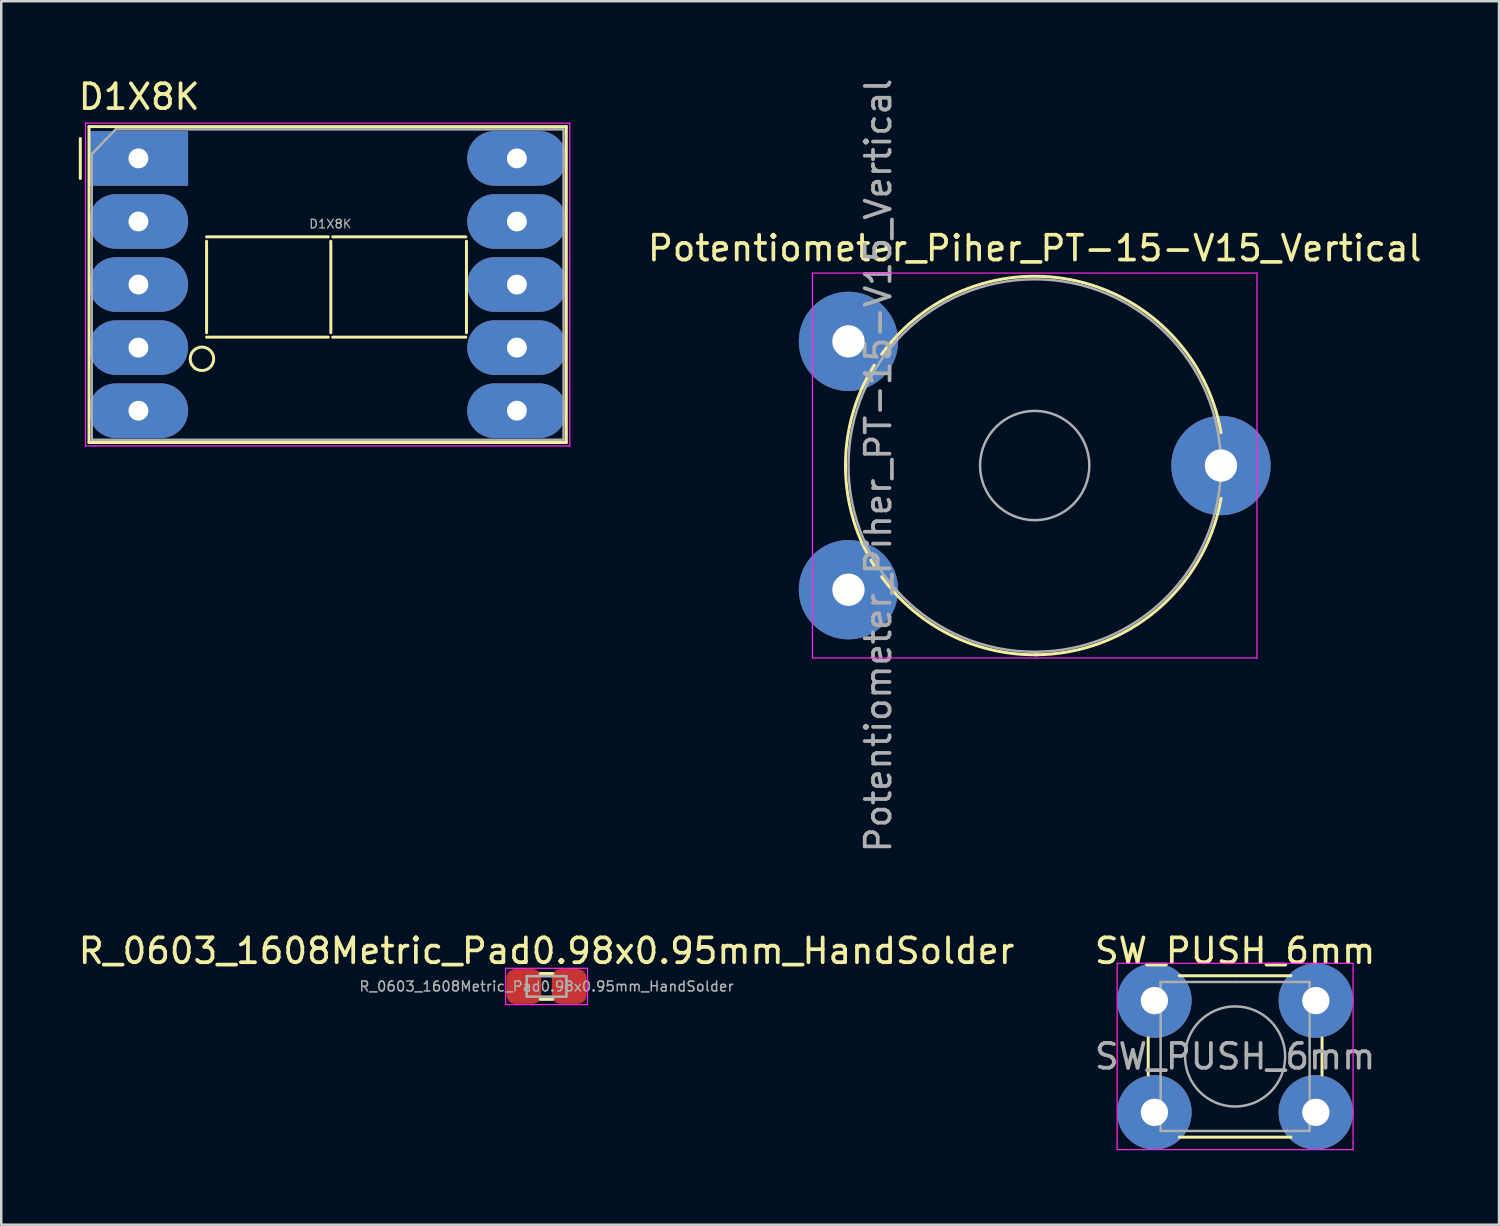
<source format=kicad_pcb>
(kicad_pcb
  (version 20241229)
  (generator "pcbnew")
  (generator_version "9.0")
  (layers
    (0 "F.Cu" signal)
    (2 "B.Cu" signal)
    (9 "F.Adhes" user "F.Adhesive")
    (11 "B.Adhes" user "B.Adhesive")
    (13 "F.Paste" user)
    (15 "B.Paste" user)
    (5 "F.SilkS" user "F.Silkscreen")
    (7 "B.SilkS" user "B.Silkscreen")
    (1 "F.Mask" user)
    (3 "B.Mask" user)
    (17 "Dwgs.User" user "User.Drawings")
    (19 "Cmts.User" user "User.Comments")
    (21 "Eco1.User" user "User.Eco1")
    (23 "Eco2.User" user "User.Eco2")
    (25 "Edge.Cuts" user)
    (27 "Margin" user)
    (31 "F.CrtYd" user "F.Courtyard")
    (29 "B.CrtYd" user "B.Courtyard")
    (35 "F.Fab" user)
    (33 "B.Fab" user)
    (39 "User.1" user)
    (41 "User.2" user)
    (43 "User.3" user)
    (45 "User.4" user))
  (footprint "D1X8K"
    (layer "F.Cu")
    (at 2.524 3.328)
    (property "Reference" "D1X8K" (at 0.03 -2.48 0) (layer "F.SilkS") (effects (font (size 1 1) (thickness 0.15))))
    (attr through_hole)
    (fp_line (start -2.34 -0.8) (end -2.34 0.81) (stroke (width 0.12) (type solid)) (layer "F.SilkS"))
    (fp_line (start -1.99 -1.28) (end -1.99 11.44) (stroke (width 0.12) (type solid)) (layer "F.SilkS"))
    (fp_line (start 2.744 3.337) (end 2.744 7.02) (stroke (width 0.12) (type solid)) (layer "F.SilkS"))
    (fp_line (start 7.646 3.159) (end 2.744 3.159) (stroke (width 0.12) (type solid)) (layer "F.SilkS"))
    (fp_line (start 7.646 7.198) (end 2.744 7.198) (stroke (width 0.12) (type solid)) (layer "F.SilkS"))
    (fp_line (start 7.748 3.337) (end 7.748 7.02) (stroke (width 0.12) (type solid)) (layer "F.SilkS"))
    (fp_line (start 13.183 3.159) (end 7.824 3.159) (stroke (width 0.12) (type solid)) (layer "F.SilkS"))
    (fp_line (start 13.183 7.198) (end 7.824 7.198) (stroke (width 0.12) (type solid)) (layer "F.SilkS"))
    (fp_line (start 13.209 3.337) (end 13.209 7.02) (stroke (width 0.12) (type solid)) (layer "F.SilkS"))
    (fp_line (start 17.23 -1.28) (end -1.99 -1.28) (stroke (width 0.12) (type solid)) (layer "F.SilkS"))
    (fp_line (start 17.23 -1.28) (end 17.23 11.44) (stroke (width 0.12) (type solid)) (layer "F.SilkS"))
    (fp_line (start 17.23 11.44) (end -1.99 11.44) (stroke (width 0.12) (type solid)) (layer "F.SilkS"))
    (fp_circle (center 2.558 8.07) (end 2.837 7.689) (stroke (width 0.12) (type solid)) (fill no) (layer "F.SilkS"))
    (fp_line (start -2.13 -1.42) (end -2.13 11.58) (stroke (width 0.05) (type solid)) (layer "F.CrtYd"))
    (fp_line (start 17.37 -1.42) (end -2.13 -1.42) (stroke (width 0.05) (type solid)) (layer "F.CrtYd"))
    (fp_line (start 17.37 -1.42) (end 17.37 11.58) (stroke (width 0.05) (type solid)) (layer "F.CrtYd"))
    (fp_line (start 17.37 11.58) (end -2.13 11.58) (stroke (width 0.05) (type solid)) (layer "F.CrtYd"))
    (fp_line (start -1.88 -0.17) (end -1.88 11.33) (stroke (width 0.1) (type solid)) (layer "F.Fab"))
    (fp_line (start -0.92 -1.17) (end -1.88 -0.17) (stroke (width 0.1) (type solid)) (layer "F.Fab"))
    (fp_line (start 17.12 -1.17) (end -0.92 -1.17) (stroke (width 0.1) (type solid)) (layer "F.Fab"))
    (fp_line (start 17.12 -1.17) (end 17.12 11.33) (stroke (width 0.1) (type solid)) (layer "F.Fab"))
    (fp_line (start 17.12 11.33) (end -1.88 11.33) (stroke (width 0.1) (type solid)) (layer "F.Fab"))
    (fp_text user "${REFERENCE}" (at 7.73 2.64 0) (layer "F.Fab") (effects (font (size 0.35 0.35) (thickness 0.052))))
    (pad "1" thru_hole rect (at 0 0 270) (size 2.2 4) (drill 0.8) (layers "*.Cu" "*.Mask"))
    (pad "2" thru_hole oval (at 0 2.54 270) (size 2.2 4) (drill 0.8) (layers "*.Cu" "*.Mask"))
    (pad "3" thru_hole oval (at 0 5.08 270) (size 2.2 4) (drill 0.8) (layers "*.Cu" "*.Mask"))
    (pad "4" thru_hole oval (at 0 7.62 270) (size 2.2 4) (drill 0.8) (layers "*.Cu" "*.Mask"))
    (pad "5" thru_hole oval (at 0 10.16 270) (size 2.2 4) (drill 0.8) (layers "*.Cu" "*.Mask"))
    (pad "6" thru_hole oval (at 15.24 10.16 270) (size 2.2 4) (drill 0.8) (layers "*.Cu" "*.Mask"))
    (pad "7" thru_hole oval (at 15.24 7.62 270) (size 2.2 4) (drill 0.8) (layers "*.Cu" "*.Mask"))
    (pad "8" thru_hole oval (at 15.24 5.08 270) (size 2.2 4) (drill 0.8) (layers "*.Cu" "*.Mask"))
    (pad "9" thru_hole oval (at 15.24 2.54 270) (size 2.2 4) (drill 0.8) (layers "*.Cu" "*.Mask"))
    (pad "10" thru_hole oval (at 15.24 0 270) (size 2.2 4) (drill 0.8) (layers "*.Cu" "*.Mask")))
  (footprint "SW_PUSH_6mm"
    (layer "F.Cu")
    (at 43.435 37.241)
    (property "Reference" "SW_PUSH_6mm" (at 3.25 -2 0) (layer "F.SilkS") (effects (font (size 1 1) (thickness 0.15))))
    (attr through_hole)
    (fp_line (start -0.25 1.5) (end -0.25 3) (stroke (width 0.12) (type solid)) (layer "F.SilkS"))
    (fp_line (start 1 5.5) (end 5.5 5.5) (stroke (width 0.12) (type solid)) (layer "F.SilkS"))
    (fp_line (start 5.5 -1) (end 1 -1) (stroke (width 0.12) (type solid)) (layer "F.SilkS"))
    (fp_line (start 6.75 3) (end 6.75 1.5) (stroke (width 0.12) (type solid)) (layer "F.SilkS"))
    (fp_line (start -1.5 -1.5) (end -1.25 -1.5) (stroke (width 0.05) (type solid)) (layer "F.CrtYd"))
    (fp_line (start -1.5 -1.25) (end -1.5 -1.5) (stroke (width 0.05) (type solid)) (layer "F.CrtYd"))
    (fp_line (start -1.5 5.75) (end -1.5 -1.25) (stroke (width 0.05) (type solid)) (layer "F.CrtYd"))
    (fp_line (start -1.5 5.75) (end -1.5 6) (stroke (width 0.05) (type solid)) (layer "F.CrtYd"))
    (fp_line (start -1.5 6) (end -1.25 6) (stroke (width 0.05) (type solid)) (layer "F.CrtYd"))
    (fp_line (start -1.25 -1.5) (end 7.75 -1.5) (stroke (width 0.05) (type solid)) (layer "F.CrtYd"))
    (fp_line (start 7.75 -1.5) (end 8 -1.5) (stroke (width 0.05) (type solid)) (layer "F.CrtYd"))
    (fp_line (start 7.75 6) (end -1.25 6) (stroke (width 0.05) (type solid)) (layer "F.CrtYd"))
    (fp_line (start 7.75 6) (end 8 6) (stroke (width 0.05) (type solid)) (layer "F.CrtYd"))
    (fp_line (start 8 -1.5) (end 8 -1.25) (stroke (width 0.05) (type solid)) (layer "F.CrtYd"))
    (fp_line (start 8 -1.25) (end 8 5.75) (stroke (width 0.05) (type solid)) (layer "F.CrtYd"))
    (fp_line (start 8 6) (end 8 5.75) (stroke (width 0.05) (type solid)) (layer "F.CrtYd"))
    (fp_line (start 0.25 -0.75) (end 3.25 -0.75) (stroke (width 0.1) (type solid)) (layer "F.Fab"))
    (fp_line (start 0.25 5.25) (end 0.25 -0.75) (stroke (width 0.1) (type solid)) (layer "F.Fab"))
    (fp_line (start 3.25 -0.75) (end 6.25 -0.75) (stroke (width 0.1) (type solid)) (layer "F.Fab"))
    (fp_line (start 6.25 -0.75) (end 6.25 5.25) (stroke (width 0.1) (type solid)) (layer "F.Fab"))
    (fp_line (start 6.25 5.25) (end 0.25 5.25) (stroke (width 0.1) (type solid)) (layer "F.Fab"))
    (fp_circle (center 3.25 2.25) (end 1.25 2.5) (stroke (width 0.1) (type solid)) (fill no) (layer "F.Fab"))
    (fp_text user "${REFERENCE}" (at 3.25 2.25 0) (layer "F.Fab") (effects (font (size 1 1) (thickness 0.15))))
    (pad "1" thru_hole circle (at 0 0 90) (size 3 3) (drill 1.1) (layers "*.Cu" "*.Mask"))
    (pad "1" thru_hole circle (at 6.5 0 90) (size 3 3) (drill 1.1) (layers "*.Cu" "*.Mask"))
    (pad "2" thru_hole circle (at 0 4.5 90) (size 3 3) (drill 1.1) (layers "*.Cu" "*.Mask"))
    (pad "2" thru_hole circle (at 6.5 4.5 90) (size 3 3) (drill 1.1) (layers "*.Cu" "*.Mask")))
  (footprint "Potentiometer_Piher_PT-15-V15_Vertical"
    (layer "F.Cu")
    (at 31.115 20.696)
    (property "Reference" "Potentiometer_Piher_PT-15-V15_Vertical" (at 7.5 -13.75 0) (layer "F.SilkS") (effects (font (size 1 1) (thickness 0.15))))
    (attr through_hole)
    (fp_arc (start 0.772013 -1.423856) (mid -0.119358 -5.001051) (end 0.773 -8.578) (stroke (width 0.12) (type solid)) (layer "F.SilkS"))
    (fp_arc (start 0.902012 -8.810055) (mid 0.969511 -8.924626) (end 1.039 -9.038) (stroke (width 0.12) (type solid)) (layer "F.SilkS"))
    (fp_arc (start 1.037952 -0.963019) (mid 0.968481 -1.076412) (end 0.901 -1.191) (stroke (width 0.12) (type solid)) (layer "F.SilkS"))
    (fp_arc (start 1.335622 -9.480307) (mid 9.21553 -12.424935) (end 15.005 -6.322) (stroke (width 0.12) (type solid)) (layer "F.SilkS"))
    (fp_arc (start 7.632064 2.618548) (mid 4.099288 1.818715) (end 1.335 -0.522) (stroke (width 0.12) (type solid)) (layer "F.SilkS"))
    (fp_arc (start 15.004235 -3.676801) (mid 12.398042 0.837259) (end 7.5 2.62) (stroke (width 0.12) (type solid)) (layer "F.SilkS"))
    (fp_line (start -1.45 -12.75) (end -1.45 2.75) (stroke (width 0.05) (type solid)) (layer "F.CrtYd"))
    (fp_line (start -1.45 2.75) (end 16.45 2.75) (stroke (width 0.05) (type solid)) (layer "F.CrtYd"))
    (fp_line (start 16.45 -12.75) (end -1.45 -12.75) (stroke (width 0.05) (type solid)) (layer "F.CrtYd"))
    (fp_line (start 16.45 2.75) (end 16.45 -12.75) (stroke (width 0.05) (type solid)) (layer "F.CrtYd"))
    (fp_circle (center 7.5 -5) (end 9.7 -5) (stroke (width 0.1) (type solid)) (fill no) (layer "F.Fab"))
    (fp_circle (center 7.5 -5) (end 15 -5) (stroke (width 0.1) (type solid)) (fill no) (layer "F.Fab"))
    (fp_text user "${REFERENCE}" (at 1.2 -5 90) (layer "F.Fab") (effects (font (size 1 1) (thickness 0.15))))
    (pad "1" thru_hole circle (at 0 0) (size 4 4) (drill 1.3) (layers "*.Cu" "*.Mask"))
    (pad "2" thru_hole circle (at 15 -5) (size 4 4) (drill 1.3) (layers "*.Cu" "*.Mask"))
    (pad "3" thru_hole circle (at 0 -10) (size 4 4) (drill 1.3) (layers "*.Cu" "*.Mask")))
  (footprint "R_0603_1608Metric_Pad0.98x0.95mm_HandSolder"
    (layer "F.Cu")
    (at 18.958 36.671)
    (property "Reference" "R_0603_1608Metric_Pad0.98x0.95mm_HandSolder" (at 0 -1.43 0) (layer "F.SilkS") (effects (font (size 1 1) (thickness 0.15))))
    (attr smd)
    (fp_line (start -0.255 -0.522) (end 0.255 -0.522) (stroke (width 0.12) (type solid)) (layer "F.SilkS"))
    (fp_line (start -0.255 0.522) (end 0.255 0.522) (stroke (width 0.12) (type solid)) (layer "F.SilkS"))
    (fp_line (start -1.65 -0.73) (end 1.65 -0.73) (stroke (width 0.05) (type solid)) (layer "F.CrtYd"))
    (fp_line (start -1.65 0.73) (end -1.65 -0.73) (stroke (width 0.05) (type solid)) (layer "F.CrtYd"))
    (fp_line (start 1.65 -0.73) (end 1.65 0.73) (stroke (width 0.05) (type solid)) (layer "F.CrtYd"))
    (fp_line (start 1.65 0.73) (end -1.65 0.73) (stroke (width 0.05) (type solid)) (layer "F.CrtYd"))
    (fp_line (start -0.8 -0.412) (end 0.8 -0.412) (stroke (width 0.1) (type solid)) (layer "F.Fab"))
    (fp_line (start -0.8 0.412) (end -0.8 -0.412) (stroke (width 0.1) (type solid)) (layer "F.Fab"))
    (fp_line (start 0.8 -0.412) (end 0.8 0.412) (stroke (width 0.1) (type solid)) (layer "F.Fab"))
    (fp_line (start 0.8 0.412) (end -0.8 0.412) (stroke (width 0.1) (type solid)) (layer "F.Fab"))
    (fp_text user "${REFERENCE}" (at 0 0 0) (layer "F.Fab") (effects (font (size 0.4 0.4) (thickness 0.06))))
    (pad "1" smd roundrect (at -0.912 0) (size 1.4 1.4) (layers "F.Cu" "F.Mask" "F.Paste") (roundrect_rratio 0.25))
    (pad "2" smd roundrect (at 0.912 0) (size 1.4 1.4) (layers "F.Cu" "F.Mask" "F.Paste") (roundrect_rratio 0.25)))
  (gr_rect
    (start -3 -3)
    (end 57.311 46.266)
    (stroke (width 0.1) (type default))
    (fill no)
    (layer "Edge.Cuts")))
</source>
